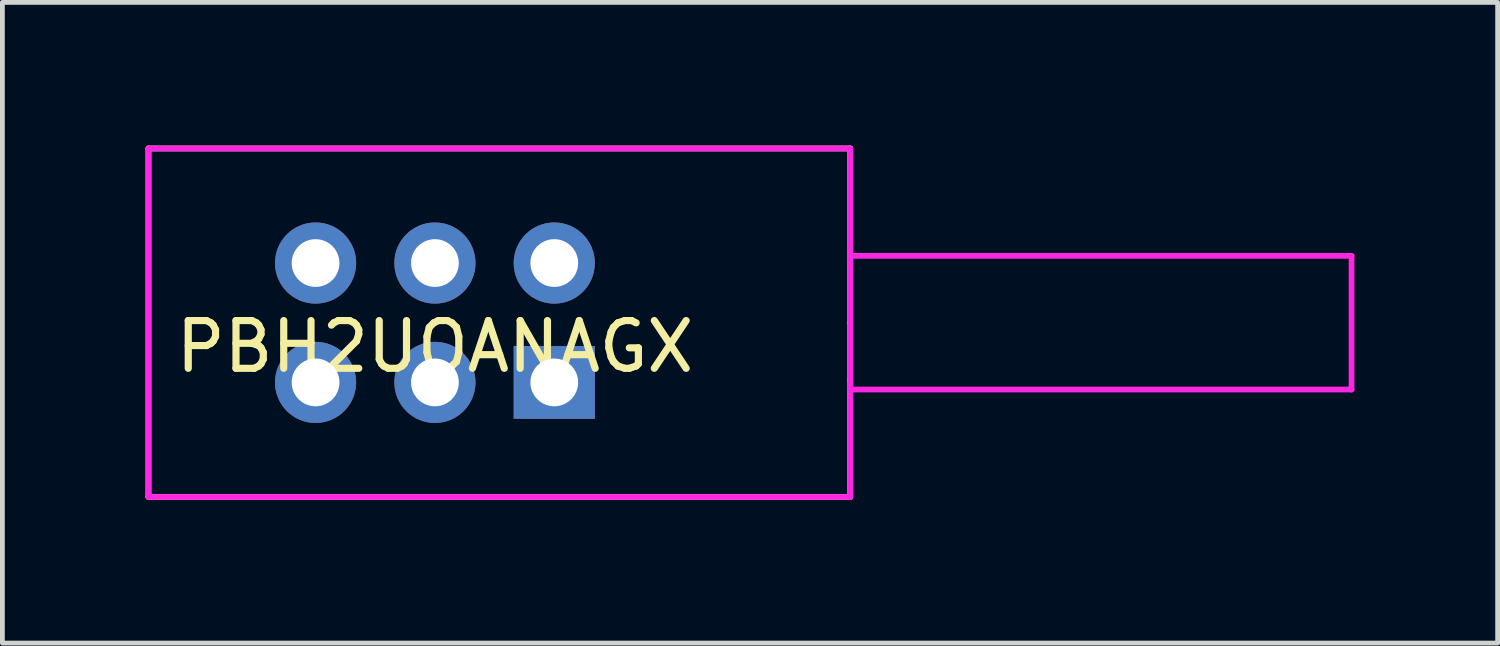
<source format=kicad_pcb>
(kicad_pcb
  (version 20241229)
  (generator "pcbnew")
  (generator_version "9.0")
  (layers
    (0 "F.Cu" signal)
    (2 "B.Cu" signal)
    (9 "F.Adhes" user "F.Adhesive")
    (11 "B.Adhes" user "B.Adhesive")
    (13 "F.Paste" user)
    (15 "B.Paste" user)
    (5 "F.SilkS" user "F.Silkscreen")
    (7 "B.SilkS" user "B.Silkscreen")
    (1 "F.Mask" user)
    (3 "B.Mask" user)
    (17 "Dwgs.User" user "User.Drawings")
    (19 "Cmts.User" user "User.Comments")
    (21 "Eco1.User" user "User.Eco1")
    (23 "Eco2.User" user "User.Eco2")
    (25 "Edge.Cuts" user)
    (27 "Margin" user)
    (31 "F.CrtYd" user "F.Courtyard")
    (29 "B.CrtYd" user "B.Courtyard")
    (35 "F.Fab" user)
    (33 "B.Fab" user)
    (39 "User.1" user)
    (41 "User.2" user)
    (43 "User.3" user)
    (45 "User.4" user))
  (footprint "PBH2UOANAGX"
    (layer "F.Cu")
    (at 6.06 3.71)
    (property "Reference" "PBH2UOANAGX" (at 0 0.5 0) (layer "F.SilkS") (effects (font (size 1 1) (thickness 0.15))))
    (attr through_hole)
    (fp_line (start -6 -3.65) (end -6 3.65) (stroke (width 0.12) (type solid)) (layer "F.SilkS"))
    (fp_line (start -6 3.65) (end 8.7 3.65) (stroke (width 0.12) (type solid)) (layer "F.SilkS"))
    (fp_line (start 8.7 -3.65) (end -6 -3.65) (stroke (width 0.12) (type solid)) (layer "F.SilkS"))
    (fp_line (start 8.7 0) (end 8.7 -3.65) (stroke (width 0.12) (type solid)) (layer "F.SilkS"))
    (fp_line (start 8.7 1.2) (end 8.7 0) (stroke (width 0.12) (type solid)) (layer "F.SilkS"))
    (fp_line (start 8.7 3.65) (end 8.7 1.2) (stroke (width 0.12) (type solid)) (layer "F.SilkS"))
    (fp_line (start -6 -3.65) (end -6 3.65) (stroke (width 0.12) (type solid)) (layer "F.CrtYd"))
    (fp_line (start -6 3.65) (end 8.7 3.65) (stroke (width 0.12) (type solid)) (layer "F.CrtYd"))
    (fp_line (start 8.7 -3.65) (end -6 -3.65) (stroke (width 0.12) (type solid)) (layer "F.CrtYd"))
    (fp_line (start 8.7 -1.4) (end 19.2 -1.4) (stroke (width 0.12) (type solid)) (layer "F.CrtYd"))
    (fp_line (start 8.7 3.65) (end 8.7 -3.65) (stroke (width 0.12) (type solid)) (layer "F.CrtYd"))
    (fp_line (start 19.2 -1.4) (end 19.2 1.4) (stroke (width 0.12) (type solid)) (layer "F.CrtYd"))
    (fp_line (start 19.2 1.4) (end 8.7 1.4) (stroke (width 0.12) (type solid)) (layer "F.CrtYd"))
    (pad "1" thru_hole rect (at 2.5 1.25) (size 1.7 1.524) (drill 1) (layers "*.Cu" "*.Mask"))
    (pad "2" thru_hole circle (at 0 1.25) (size 1.7 1.7) (drill 1) (layers "*.Cu" "*.Mask"))
    (pad "3" thru_hole circle (at -2.5 1.25) (size 1.7 1.7) (drill 1) (layers "*.Cu" "*.Mask"))
    (pad "4" thru_hole circle (at 2.5 -1.25) (size 1.7 1.7) (drill 1) (layers "*.Cu" "*.Mask"))
    (pad "5" thru_hole circle (at 0 -1.25) (size 1.7 1.7) (drill 1) (layers "*.Cu" "*.Mask"))
    (pad "6" thru_hole circle (at -2.5 -1.25) (size 1.7 1.7) (drill 1) (layers "*.Cu" "*.Mask")))
  (gr_rect
    (start -3 -3)
    (end 28.32 10.42)
    (stroke (width 0.1) (type default))
    (fill no)
    (layer "Edge.Cuts")))
</source>
